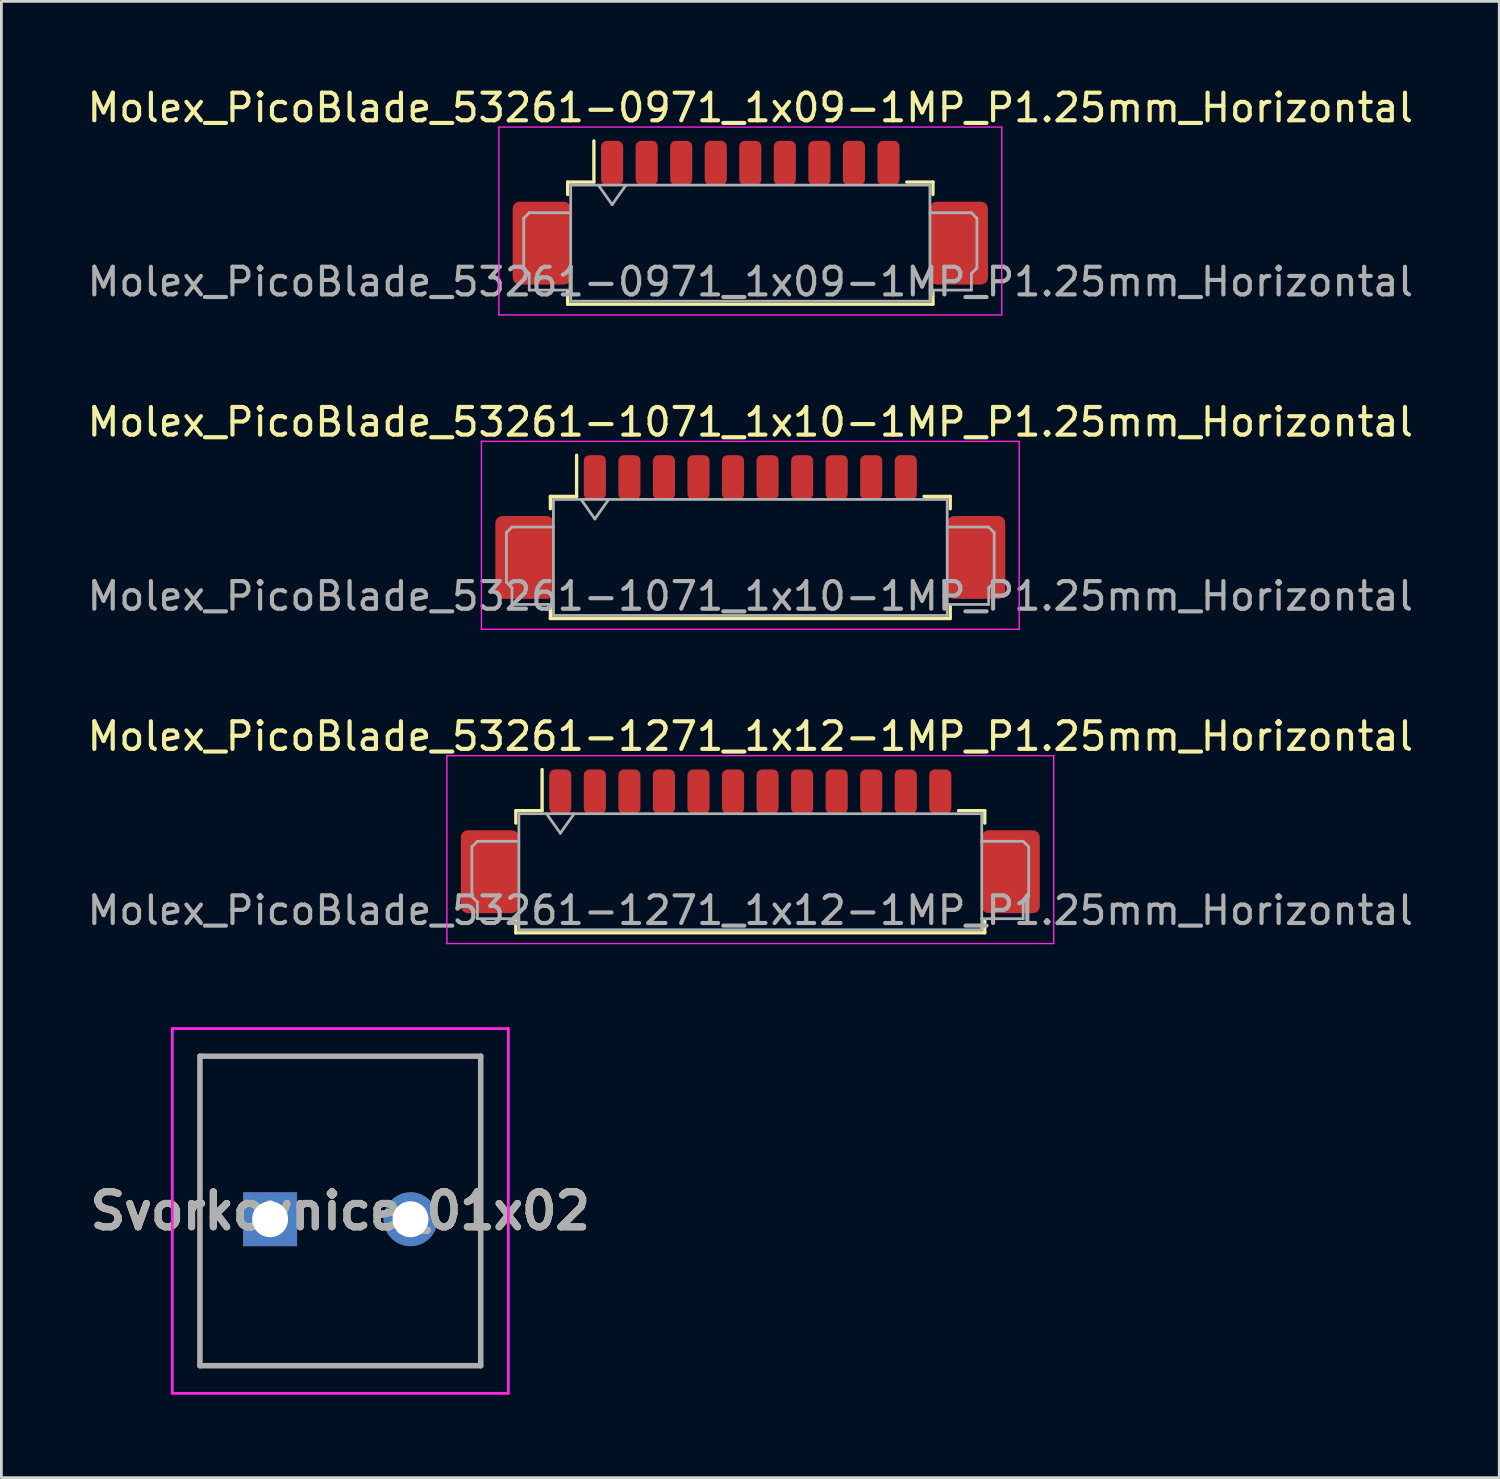
<source format=kicad_pcb>
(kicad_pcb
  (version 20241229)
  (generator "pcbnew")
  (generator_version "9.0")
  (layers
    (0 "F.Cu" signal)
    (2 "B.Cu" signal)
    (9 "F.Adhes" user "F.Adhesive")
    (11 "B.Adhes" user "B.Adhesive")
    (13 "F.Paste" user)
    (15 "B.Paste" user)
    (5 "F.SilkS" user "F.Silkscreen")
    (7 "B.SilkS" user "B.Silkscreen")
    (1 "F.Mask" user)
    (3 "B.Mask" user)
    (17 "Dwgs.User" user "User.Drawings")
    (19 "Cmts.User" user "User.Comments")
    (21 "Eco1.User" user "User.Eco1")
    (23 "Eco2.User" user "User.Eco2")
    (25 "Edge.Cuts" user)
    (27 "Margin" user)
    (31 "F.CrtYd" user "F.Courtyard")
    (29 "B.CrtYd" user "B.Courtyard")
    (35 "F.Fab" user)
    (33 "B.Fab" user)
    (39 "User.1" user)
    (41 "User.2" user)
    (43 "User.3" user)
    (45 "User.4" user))
  (footprint "Molex_PicoBlade_53261-1071_1x10-1MP_P1.25mm_Horizontal"
    (layer "F.Cu")
    (at 24.101 16.622)
    (property "Reference" "Molex_PicoBlade_53261-1071_1x10-1MP_P1.25mm_Horizontal" (at 0 -4.4 0) (layer "F.SilkS") (effects (font (size 1 1) (thickness 0.15))))
    (attr smd)
    (fp_line (start -7.235 -1.71) (end -6.285 -1.71) (stroke (width 0.12) (type solid)) (layer "F.SilkS"))
    (fp_line (start -7.235 -1.26) (end -7.235 -1.71) (stroke (width 0.12) (type solid)) (layer "F.SilkS"))
    (fp_line (start -7.235 2.26) (end -7.235 2.71) (stroke (width 0.12) (type solid)) (layer "F.SilkS"))
    (fp_line (start -7.235 2.71) (end 7.235 2.71) (stroke (width 0.12) (type solid)) (layer "F.SilkS"))
    (fp_line (start -6.285 -1.71) (end -6.285 -3.2) (stroke (width 0.12) (type solid)) (layer "F.SilkS"))
    (fp_line (start 7.235 -1.71) (end 6.285 -1.71) (stroke (width 0.12) (type solid)) (layer "F.SilkS"))
    (fp_line (start 7.235 -1.26) (end 7.235 -1.71) (stroke (width 0.12) (type solid)) (layer "F.SilkS"))
    (fp_line (start 7.235 2.71) (end 7.235 2.26) (stroke (width 0.12) (type solid)) (layer "F.SilkS"))
    (fp_line (start -9.73 -3.7) (end -9.73 3.1) (stroke (width 0.05) (type solid)) (layer "F.CrtYd"))
    (fp_line (start -9.73 3.1) (end 9.73 3.1) (stroke (width 0.05) (type solid)) (layer "F.CrtYd"))
    (fp_line (start 9.73 -3.7) (end -9.73 -3.7) (stroke (width 0.05) (type solid)) (layer "F.CrtYd"))
    (fp_line (start 9.73 3.1) (end 9.73 -3.7) (stroke (width 0.05) (type solid)) (layer "F.CrtYd"))
    (fp_line (start -8.825 -0.4) (end -8.825 1.4) (stroke (width 0.1) (type solid)) (layer "F.Fab"))
    (fp_line (start -8.825 1.4) (end -8.625 1.6) (stroke (width 0.1) (type solid)) (layer "F.Fab"))
    (fp_line (start -8.625 -0.6) (end -8.825 -0.4) (stroke (width 0.1) (type solid)) (layer "F.Fab"))
    (fp_line (start -8.625 1.6) (end -8.625 2.2) (stroke (width 0.1) (type solid)) (layer "F.Fab"))
    (fp_line (start -8.625 2.2) (end -7.125 2.2) (stroke (width 0.1) (type solid)) (layer "F.Fab"))
    (fp_line (start -7.125 -1.6) (end -7.125 2.6) (stroke (width 0.1) (type solid)) (layer "F.Fab"))
    (fp_line (start -7.125 -1.6) (end 7.125 -1.6) (stroke (width 0.1) (type solid)) (layer "F.Fab"))
    (fp_line (start -7.125 -0.6) (end -8.625 -0.6) (stroke (width 0.1) (type solid)) (layer "F.Fab"))
    (fp_line (start -7.125 2.6) (end 7.125 2.6) (stroke (width 0.1) (type solid)) (layer "F.Fab"))
    (fp_line (start -6.125 -1.6) (end -5.625 -0.893) (stroke (width 0.1) (type solid)) (layer "F.Fab"))
    (fp_line (start -5.625 -0.893) (end -5.125 -1.6) (stroke (width 0.1) (type solid)) (layer "F.Fab"))
    (fp_line (start 7.125 -1.6) (end 7.125 2.6) (stroke (width 0.1) (type solid)) (layer "F.Fab"))
    (fp_line (start 7.125 -0.6) (end 8.625 -0.6) (stroke (width 0.1) (type solid)) (layer "F.Fab"))
    (fp_line (start 8.625 -0.6) (end 8.825 -0.4) (stroke (width 0.1) (type solid)) (layer "F.Fab"))
    (fp_line (start 8.625 1.6) (end 8.625 2.2) (stroke (width 0.1) (type solid)) (layer "F.Fab"))
    (fp_line (start 8.625 2.2) (end 7.125 2.2) (stroke (width 0.1) (type solid)) (layer "F.Fab"))
    (fp_line (start 8.825 -0.4) (end 8.825 1.4) (stroke (width 0.1) (type solid)) (layer "F.Fab"))
    (fp_line (start 8.825 1.4) (end 8.625 1.6) (stroke (width 0.1) (type solid)) (layer "F.Fab"))
    (fp_text user "${REFERENCE}" (at 0 1.9 0) (layer "F.Fab") (effects (font (size 1 1) (thickness 0.15))))
    (pad "1" smd roundrect (at -5.625 -2.4) (size 0.8 1.6) (layers "F.Cu" "F.Mask" "F.Paste") (roundrect_rratio 0.25))
    (pad "2" smd roundrect (at -4.375 -2.4) (size 0.8 1.6) (layers "F.Cu" "F.Mask" "F.Paste") (roundrect_rratio 0.25))
    (pad "3" smd roundrect (at -3.125 -2.4) (size 0.8 1.6) (layers "F.Cu" "F.Mask" "F.Paste") (roundrect_rratio 0.25))
    (pad "4" smd roundrect (at -1.875 -2.4) (size 0.8 1.6) (layers "F.Cu" "F.Mask" "F.Paste") (roundrect_rratio 0.25))
    (pad "5" smd roundrect (at -0.625 -2.4) (size 0.8 1.6) (layers "F.Cu" "F.Mask" "F.Paste") (roundrect_rratio 0.25))
    (pad "6" smd roundrect (at 0.625 -2.4) (size 0.8 1.6) (layers "F.Cu" "F.Mask" "F.Paste") (roundrect_rratio 0.25))
    (pad "7" smd roundrect (at 1.875 -2.4) (size 0.8 1.6) (layers "F.Cu" "F.Mask" "F.Paste") (roundrect_rratio 0.25))
    (pad "8" smd roundrect (at 3.125 -2.4) (size 0.8 1.6) (layers "F.Cu" "F.Mask" "F.Paste") (roundrect_rratio 0.25))
    (pad "9" smd roundrect (at 4.375 -2.4) (size 0.8 1.6) (layers "F.Cu" "F.Mask" "F.Paste") (roundrect_rratio 0.25))
    (pad "10" smd roundrect (at 5.625 -2.4) (size 0.8 1.6) (layers "F.Cu" "F.Mask" "F.Paste") (roundrect_rratio 0.25))
    (pad "MP" smd roundrect (at -8.175 0.5) (size 2.1 3) (layers "F.Cu" "F.Mask" "F.Paste") (roundrect_rratio 0.119))
    (pad "MP" smd roundrect (at 8.175 0.5) (size 2.1 3) (layers "F.Cu" "F.Mask" "F.Paste") (roundrect_rratio 0.119)))
  (footprint "Molex_PicoBlade_53261-0971_1x09-1MP_P1.25mm_Horizontal"
    (layer "F.Cu")
    (at 24.101 5.248)
    (property "Reference" "Molex_PicoBlade_53261-0971_1x09-1MP_P1.25mm_Horizontal" (at 0 -4.4 0) (layer "F.SilkS") (effects (font (size 1 1) (thickness 0.15))))
    (attr smd)
    (fp_line (start -6.61 -1.71) (end -5.66 -1.71) (stroke (width 0.12) (type solid)) (layer "F.SilkS"))
    (fp_line (start -6.61 -1.26) (end -6.61 -1.71) (stroke (width 0.12) (type solid)) (layer "F.SilkS"))
    (fp_line (start -6.61 2.26) (end -6.61 2.71) (stroke (width 0.12) (type solid)) (layer "F.SilkS"))
    (fp_line (start -6.61 2.71) (end 6.61 2.71) (stroke (width 0.12) (type solid)) (layer "F.SilkS"))
    (fp_line (start -5.66 -1.71) (end -5.66 -3.2) (stroke (width 0.12) (type solid)) (layer "F.SilkS"))
    (fp_line (start 6.61 -1.71) (end 5.66 -1.71) (stroke (width 0.12) (type solid)) (layer "F.SilkS"))
    (fp_line (start 6.61 -1.26) (end 6.61 -1.71) (stroke (width 0.12) (type solid)) (layer "F.SilkS"))
    (fp_line (start 6.61 2.71) (end 6.61 2.26) (stroke (width 0.12) (type solid)) (layer "F.SilkS"))
    (fp_line (start -9.1 -3.7) (end -9.1 3.1) (stroke (width 0.05) (type solid)) (layer "F.CrtYd"))
    (fp_line (start -9.1 3.1) (end 9.1 3.1) (stroke (width 0.05) (type solid)) (layer "F.CrtYd"))
    (fp_line (start 9.1 -3.7) (end -9.1 -3.7) (stroke (width 0.05) (type solid)) (layer "F.CrtYd"))
    (fp_line (start 9.1 3.1) (end 9.1 -3.7) (stroke (width 0.05) (type solid)) (layer "F.CrtYd"))
    (fp_line (start -8.2 -0.4) (end -8.2 1.4) (stroke (width 0.1) (type solid)) (layer "F.Fab"))
    (fp_line (start -8.2 1.4) (end -8 1.6) (stroke (width 0.1) (type solid)) (layer "F.Fab"))
    (fp_line (start -8 -0.6) (end -8.2 -0.4) (stroke (width 0.1) (type solid)) (layer "F.Fab"))
    (fp_line (start -8 1.6) (end -8 2.2) (stroke (width 0.1) (type solid)) (layer "F.Fab"))
    (fp_line (start -8 2.2) (end -6.5 2.2) (stroke (width 0.1) (type solid)) (layer "F.Fab"))
    (fp_line (start -6.5 -1.6) (end -6.5 2.6) (stroke (width 0.1) (type solid)) (layer "F.Fab"))
    (fp_line (start -6.5 -1.6) (end 6.5 -1.6) (stroke (width 0.1) (type solid)) (layer "F.Fab"))
    (fp_line (start -6.5 -0.6) (end -8 -0.6) (stroke (width 0.1) (type solid)) (layer "F.Fab"))
    (fp_line (start -6.5 2.6) (end 6.5 2.6) (stroke (width 0.1) (type solid)) (layer "F.Fab"))
    (fp_line (start -5.5 -1.6) (end -5 -0.893) (stroke (width 0.1) (type solid)) (layer "F.Fab"))
    (fp_line (start -5 -0.893) (end -4.5 -1.6) (stroke (width 0.1) (type solid)) (layer "F.Fab"))
    (fp_line (start 6.5 -1.6) (end 6.5 2.6) (stroke (width 0.1) (type solid)) (layer "F.Fab"))
    (fp_line (start 6.5 -0.6) (end 8 -0.6) (stroke (width 0.1) (type solid)) (layer "F.Fab"))
    (fp_line (start 8 -0.6) (end 8.2 -0.4) (stroke (width 0.1) (type solid)) (layer "F.Fab"))
    (fp_line (start 8 1.6) (end 8 2.2) (stroke (width 0.1) (type solid)) (layer "F.Fab"))
    (fp_line (start 8 2.2) (end 6.5 2.2) (stroke (width 0.1) (type solid)) (layer "F.Fab"))
    (fp_line (start 8.2 -0.4) (end 8.2 1.4) (stroke (width 0.1) (type solid)) (layer "F.Fab"))
    (fp_line (start 8.2 1.4) (end 8 1.6) (stroke (width 0.1) (type solid)) (layer "F.Fab"))
    (fp_text user "${REFERENCE}" (at 0 1.9 0) (layer "F.Fab") (effects (font (size 1 1) (thickness 0.15))))
    (pad "1" smd roundrect (at -5 -2.4) (size 0.8 1.6) (layers "F.Cu" "F.Mask" "F.Paste") (roundrect_rratio 0.25))
    (pad "2" smd roundrect (at -3.75 -2.4) (size 0.8 1.6) (layers "F.Cu" "F.Mask" "F.Paste") (roundrect_rratio 0.25))
    (pad "3" smd roundrect (at -2.5 -2.4) (size 0.8 1.6) (layers "F.Cu" "F.Mask" "F.Paste") (roundrect_rratio 0.25))
    (pad "4" smd roundrect (at -1.25 -2.4) (size 0.8 1.6) (layers "F.Cu" "F.Mask" "F.Paste") (roundrect_rratio 0.25))
    (pad "5" smd roundrect (at 0 -2.4) (size 0.8 1.6) (layers "F.Cu" "F.Mask" "F.Paste") (roundrect_rratio 0.25))
    (pad "6" smd roundrect (at 1.25 -2.4) (size 0.8 1.6) (layers "F.Cu" "F.Mask" "F.Paste") (roundrect_rratio 0.25))
    (pad "7" smd roundrect (at 2.5 -2.4) (size 0.8 1.6) (layers "F.Cu" "F.Mask" "F.Paste") (roundrect_rratio 0.25))
    (pad "8" smd roundrect (at 3.75 -2.4) (size 0.8 1.6) (layers "F.Cu" "F.Mask" "F.Paste") (roundrect_rratio 0.25))
    (pad "9" smd roundrect (at 5 -2.4) (size 0.8 1.6) (layers "F.Cu" "F.Mask" "F.Paste") (roundrect_rratio 0.25))
    (pad "MP" smd roundrect (at -7.55 0.5) (size 2.1 3) (layers "F.Cu" "F.Mask" "F.Paste") (roundrect_rratio 0.119))
    (pad "MP" smd roundrect (at 7.55 0.5) (size 2.1 3) (layers "F.Cu" "F.Mask" "F.Paste") (roundrect_rratio 0.119)))
  (footprint "Svorkovnice_01x02"
    (layer "F.Cu")
    (at 6.725 41.07)
    (property "Reference" "Svorkovnice_01x02" (at 2.54 -0.3 0) (layer "F.SilkS") (effects (font (size 1.27 1.27) (thickness 0.254))))
    (attr through_hole)
    (fp_line (start -2.54 -5.9) (end 7.62 -5.9) (stroke (width 0.1) (type solid)) (layer "F.SilkS"))
    (fp_line (start -2.54 5.3) (end -2.54 -5.9) (stroke (width 0.1) (type solid)) (layer "F.SilkS"))
    (fp_line (start 7.62 -5.9) (end 7.62 5.3) (stroke (width 0.1) (type solid)) (layer "F.SilkS"))
    (fp_line (start 7.62 5.3) (end -2.54 5.3) (stroke (width 0.1) (type solid)) (layer "F.SilkS"))
    (fp_line (start -3.54 -6.9) (end 8.62 -6.9) (stroke (width 0.1) (type solid)) (layer "F.CrtYd"))
    (fp_line (start -3.54 6.3) (end -3.54 -6.9) (stroke (width 0.1) (type solid)) (layer "F.CrtYd"))
    (fp_line (start 8.62 -6.9) (end 8.62 6.3) (stroke (width 0.1) (type solid)) (layer "F.CrtYd"))
    (fp_line (start 8.62 6.3) (end -3.54 6.3) (stroke (width 0.1) (type solid)) (layer "F.CrtYd"))
    (fp_line (start -2.54 -5.9) (end 7.62 -5.9) (stroke (width 0.2) (type solid)) (layer "F.Fab"))
    (fp_line (start -2.54 5.3) (end -2.54 -5.9) (stroke (width 0.2) (type solid)) (layer "F.Fab"))
    (fp_line (start 7.62 -5.9) (end 7.62 5.3) (stroke (width 0.2) (type solid)) (layer "F.Fab"))
    (fp_line (start 7.62 5.3) (end -2.54 5.3) (stroke (width 0.2) (type solid)) (layer "F.Fab"))
    (fp_text user "${REFERENCE}" (at 2.54 -0.3 0) (layer "F.Fab") (effects (font (size 1.27 1.27) (thickness 0.254))))
    (pad "1" thru_hole rect (at 0 0) (size 1.95 1.95) (drill 1.3) (layers "*.Cu" "*.Mask"))
    (pad "2" thru_hole circle (at 5.08 0) (size 1.95 1.95) (drill 1.3) (layers "*.Cu" "*.Mask")))
  (footprint "Molex_PicoBlade_53261-1271_1x12-1MP_P1.25mm_Horizontal"
    (layer "F.Cu")
    (at 24.101 27.995)
    (property "Reference" "Molex_PicoBlade_53261-1271_1x12-1MP_P1.25mm_Horizontal" (at 0 -4.4 0) (layer "F.SilkS") (effects (font (size 1 1) (thickness 0.15))))
    (attr smd)
    (fp_line (start -8.485 -1.71) (end -7.535 -1.71) (stroke (width 0.12) (type solid)) (layer "F.SilkS"))
    (fp_line (start -8.485 -1.26) (end -8.485 -1.71) (stroke (width 0.12) (type solid)) (layer "F.SilkS"))
    (fp_line (start -8.485 2.26) (end -8.485 2.71) (stroke (width 0.12) (type solid)) (layer "F.SilkS"))
    (fp_line (start -8.485 2.71) (end 8.485 2.71) (stroke (width 0.12) (type solid)) (layer "F.SilkS"))
    (fp_line (start -7.535 -1.71) (end -7.535 -3.2) (stroke (width 0.12) (type solid)) (layer "F.SilkS"))
    (fp_line (start 8.485 -1.71) (end 7.535 -1.71) (stroke (width 0.12) (type solid)) (layer "F.SilkS"))
    (fp_line (start 8.485 -1.26) (end 8.485 -1.71) (stroke (width 0.12) (type solid)) (layer "F.SilkS"))
    (fp_line (start 8.485 2.71) (end 8.485 2.26) (stroke (width 0.12) (type solid)) (layer "F.SilkS"))
    (fp_line (start -10.98 -3.7) (end -10.98 3.1) (stroke (width 0.05) (type solid)) (layer "F.CrtYd"))
    (fp_line (start -10.98 3.1) (end 10.98 3.1) (stroke (width 0.05) (type solid)) (layer "F.CrtYd"))
    (fp_line (start 10.98 -3.7) (end -10.98 -3.7) (stroke (width 0.05) (type solid)) (layer "F.CrtYd"))
    (fp_line (start 10.98 3.1) (end 10.98 -3.7) (stroke (width 0.05) (type solid)) (layer "F.CrtYd"))
    (fp_line (start -10.075 -0.4) (end -10.075 1.4) (stroke (width 0.1) (type solid)) (layer "F.Fab"))
    (fp_line (start -10.075 1.4) (end -9.875 1.6) (stroke (width 0.1) (type solid)) (layer "F.Fab"))
    (fp_line (start -9.875 -0.6) (end -10.075 -0.4) (stroke (width 0.1) (type solid)) (layer "F.Fab"))
    (fp_line (start -9.875 1.6) (end -9.875 2.2) (stroke (width 0.1) (type solid)) (layer "F.Fab"))
    (fp_line (start -9.875 2.2) (end -8.375 2.2) (stroke (width 0.1) (type solid)) (layer "F.Fab"))
    (fp_line (start -8.375 -1.6) (end -8.375 2.6) (stroke (width 0.1) (type solid)) (layer "F.Fab"))
    (fp_line (start -8.375 -1.6) (end 8.375 -1.6) (stroke (width 0.1) (type solid)) (layer "F.Fab"))
    (fp_line (start -8.375 -0.6) (end -9.875 -0.6) (stroke (width 0.1) (type solid)) (layer "F.Fab"))
    (fp_line (start -8.375 2.6) (end 8.375 2.6) (stroke (width 0.1) (type solid)) (layer "F.Fab"))
    (fp_line (start -7.375 -1.6) (end -6.875 -0.893) (stroke (width 0.1) (type solid)) (layer "F.Fab"))
    (fp_line (start -6.875 -0.893) (end -6.375 -1.6) (stroke (width 0.1) (type solid)) (layer "F.Fab"))
    (fp_line (start 8.375 -1.6) (end 8.375 2.6) (stroke (width 0.1) (type solid)) (layer "F.Fab"))
    (fp_line (start 8.375 -0.6) (end 9.875 -0.6) (stroke (width 0.1) (type solid)) (layer "F.Fab"))
    (fp_line (start 9.875 -0.6) (end 10.075 -0.4) (stroke (width 0.1) (type solid)) (layer "F.Fab"))
    (fp_line (start 9.875 1.6) (end 9.875 2.2) (stroke (width 0.1) (type solid)) (layer "F.Fab"))
    (fp_line (start 9.875 2.2) (end 8.375 2.2) (stroke (width 0.1) (type solid)) (layer "F.Fab"))
    (fp_line (start 10.075 -0.4) (end 10.075 1.4) (stroke (width 0.1) (type solid)) (layer "F.Fab"))
    (fp_line (start 10.075 1.4) (end 9.875 1.6) (stroke (width 0.1) (type solid)) (layer "F.Fab"))
    (fp_text user "${REFERENCE}" (at 0 1.9 0) (layer "F.Fab") (effects (font (size 1 1) (thickness 0.15))))
    (pad "1" smd roundrect (at -6.875 -2.4) (size 0.8 1.6) (layers "F.Cu" "F.Mask" "F.Paste") (roundrect_rratio 0.25))
    (pad "2" smd roundrect (at -5.625 -2.4) (size 0.8 1.6) (layers "F.Cu" "F.Mask" "F.Paste") (roundrect_rratio 0.25))
    (pad "3" smd roundrect (at -4.375 -2.4) (size 0.8 1.6) (layers "F.Cu" "F.Mask" "F.Paste") (roundrect_rratio 0.25))
    (pad "4" smd roundrect (at -3.125 -2.4) (size 0.8 1.6) (layers "F.Cu" "F.Mask" "F.Paste") (roundrect_rratio 0.25))
    (pad "5" smd roundrect (at -1.875 -2.4) (size 0.8 1.6) (layers "F.Cu" "F.Mask" "F.Paste") (roundrect_rratio 0.25))
    (pad "6" smd roundrect (at -0.625 -2.4) (size 0.8 1.6) (layers "F.Cu" "F.Mask" "F.Paste") (roundrect_rratio 0.25))
    (pad "7" smd roundrect (at 0.625 -2.4) (size 0.8 1.6) (layers "F.Cu" "F.Mask" "F.Paste") (roundrect_rratio 0.25))
    (pad "8" smd roundrect (at 1.875 -2.4) (size 0.8 1.6) (layers "F.Cu" "F.Mask" "F.Paste") (roundrect_rratio 0.25))
    (pad "9" smd roundrect (at 3.125 -2.4) (size 0.8 1.6) (layers "F.Cu" "F.Mask" "F.Paste") (roundrect_rratio 0.25))
    (pad "10" smd roundrect (at 4.375 -2.4) (size 0.8 1.6) (layers "F.Cu" "F.Mask" "F.Paste") (roundrect_rratio 0.25))
    (pad "11" smd roundrect (at 5.625 -2.4) (size 0.8 1.6) (layers "F.Cu" "F.Mask" "F.Paste") (roundrect_rratio 0.25))
    (pad "12" smd roundrect (at 6.875 -2.4) (size 0.8 1.6) (layers "F.Cu" "F.Mask" "F.Paste") (roundrect_rratio 0.25))
    (pad "MP" smd roundrect (at -9.425 0.5) (size 2.1 3) (layers "F.Cu" "F.Mask" "F.Paste") (roundrect_rratio 0.119))
    (pad "MP" smd roundrect (at 9.425 0.5) (size 2.1 3) (layers "F.Cu" "F.Mask" "F.Paste") (roundrect_rratio 0.119)))
  (gr_rect
    (start -3 -3)
    (end 51.202 50.42)
    (stroke (width 0.1) (type default))
    (fill no)
    (layer "Edge.Cuts")))
</source>
